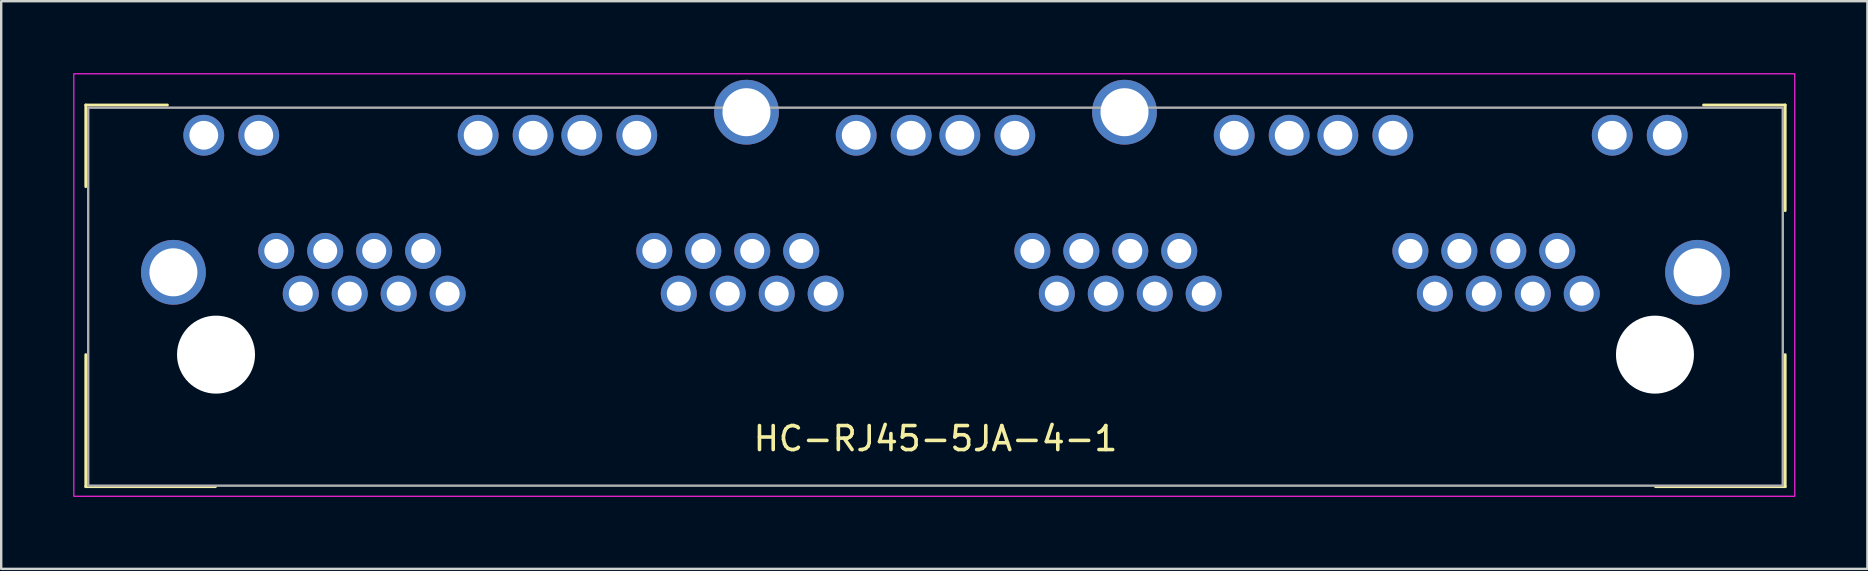
<source format=kicad_pcb>
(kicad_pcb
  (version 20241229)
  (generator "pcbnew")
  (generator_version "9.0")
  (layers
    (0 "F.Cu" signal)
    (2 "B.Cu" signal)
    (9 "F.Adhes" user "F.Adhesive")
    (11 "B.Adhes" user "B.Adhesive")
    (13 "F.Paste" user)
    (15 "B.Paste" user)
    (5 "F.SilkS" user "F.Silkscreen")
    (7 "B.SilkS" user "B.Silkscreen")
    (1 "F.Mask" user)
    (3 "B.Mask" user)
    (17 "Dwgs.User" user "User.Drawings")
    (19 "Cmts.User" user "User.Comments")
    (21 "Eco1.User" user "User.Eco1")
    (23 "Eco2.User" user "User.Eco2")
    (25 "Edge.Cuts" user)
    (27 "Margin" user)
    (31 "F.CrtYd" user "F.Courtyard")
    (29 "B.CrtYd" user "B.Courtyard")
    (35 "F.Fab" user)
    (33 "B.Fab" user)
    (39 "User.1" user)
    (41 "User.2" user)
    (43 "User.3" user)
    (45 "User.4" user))
  (footprint "HC-RJ45-5JA-4-1"
    (layer "F.Cu")
    (at 35.925 11.725)
    (property "Reference" "HC-RJ45-5JA-4-1" (at 0 3.5 0) (unlocked yes) (layer "F.SilkS") (effects (font (size 1 1) (thickness 0.15))))
    (attr through_hole)
    (fp_line (start -35.4 -10.4) (end -35.4 -7) (stroke (width 0.12) (type default)) (layer "F.SilkS"))
    (fp_line (start -35.4 5.5) (end -35.4 0) (stroke (width 0.12) (type default)) (layer "F.SilkS"))
    (fp_line (start -32 -10.4) (end -35.4 -10.4) (stroke (width 0.12) (type default)) (layer "F.SilkS"))
    (fp_line (start -30 5.5) (end -35.4 5.5) (stroke (width 0.12) (type default)) (layer "F.SilkS"))
    (fp_line (start 30 5.5) (end 35.4 5.5) (stroke (width 0.12) (type default)) (layer "F.SilkS"))
    (fp_line (start 32 -10.4) (end 35.4 -10.4) (stroke (width 0.12) (type default)) (layer "F.SilkS"))
    (fp_line (start 35.4 -10.4) (end 35.4 -6) (stroke (width 0.12) (type default)) (layer "F.SilkS"))
    (fp_line (start 35.4 5.5) (end 35.4 0) (stroke (width 0.12) (type default)) (layer "F.SilkS"))
    (fp_rect (start -35.9 -11.7) (end 35.8 5.9) (stroke (width 0.05) (type default)) (fill no) (layer "F.CrtYd"))
    (fp_rect (start -35.3 5.46) (end 35.3 -10.29) (stroke (width 0.1) (type default)) (fill no) (layer "F.Fab"))
    (pad "" np_thru_hole circle (at -29.975 0) (size 3.25 3.25) (drill 3.25) (layers "*.Cu" "*.Mask"))
    (pad "" np_thru_hole circle (at 29.975 0) (size 3.25 3.25) (drill 3.25) (layers "*.Cu" "*.Mask"))
    (pad "1" thru_hole circle (at 26.925 -2.54) (size 1.5 1.5) (drill 1) (layers "*.Cu" "*.Mask"))
    (pad "2" thru_hole circle (at 25.905 -4.32) (size 1.5 1.5) (drill 1) (layers "*.Cu" "*.Mask"))
    (pad "3" thru_hole circle (at 24.885 -2.54) (size 1.5 1.5) (drill 1) (layers "*.Cu" "*.Mask"))
    (pad "4" thru_hole circle (at 23.865 -4.32) (size 1.5 1.5) (drill 1) (layers "*.Cu" "*.Mask"))
    (pad "5" thru_hole circle (at 22.845 -2.54) (size 1.5 1.5) (drill 1) (layers "*.Cu" "*.Mask"))
    (pad "6" thru_hole circle (at 21.825 -4.32) (size 1.5 1.5) (drill 1) (layers "*.Cu" "*.Mask"))
    (pad "7" thru_hole circle (at 20.805 -2.54) (size 1.5 1.5) (drill 1) (layers "*.Cu" "*.Mask"))
    (pad "8" thru_hole circle (at 19.785 -4.32) (size 1.5 1.5) (drill 1) (layers "*.Cu" "*.Mask"))
    (pad "9" thru_hole circle (at 19.055 -9.14) (size 1.7 1.7) (drill 1.2) (layers "*.Cu" "*.Mask"))
    (pad "10" thru_hole circle (at 16.765 -9.14) (size 1.7 1.7) (drill 1.2) (layers "*.Cu" "*.Mask"))
    (pad "11" thru_hole circle (at 30.485 -9.14) (size 1.7 1.7) (drill 1.2) (layers "*.Cu" "*.Mask"))
    (pad "12" thru_hole circle (at 28.195 -9.14) (size 1.7 1.7) (drill 1.2) (layers "*.Cu" "*.Mask"))
    (pad "13" thru_hole circle (at 11.175 -2.54) (size 1.5 1.5) (drill 1) (layers "*.Cu" "*.Mask"))
    (pad "14" thru_hole circle (at 10.155 -4.32) (size 1.5 1.5) (drill 1) (layers "*.Cu" "*.Mask"))
    (pad "15" thru_hole circle (at 9.135 -2.54) (size 1.5 1.5) (drill 1) (layers "*.Cu" "*.Mask"))
    (pad "16" thru_hole circle (at 8.115 -4.32) (size 1.5 1.5) (drill 1) (layers "*.Cu" "*.Mask"))
    (pad "17" thru_hole circle (at 7.095 -2.54) (size 1.5 1.5) (drill 1) (layers "*.Cu" "*.Mask"))
    (pad "18" thru_hole circle (at 6.075 -4.32) (size 1.5 1.5) (drill 1) (layers "*.Cu" "*.Mask"))
    (pad "19" thru_hole circle (at 5.055 -2.54) (size 1.5 1.5) (drill 1) (layers "*.Cu" "*.Mask"))
    (pad "20" thru_hole circle (at 4.035 -4.32) (size 1.5 1.5) (drill 1) (layers "*.Cu" "*.Mask"))
    (pad "21" thru_hole circle (at 3.305 -9.14) (size 1.7 1.7) (drill 1.2) (layers "*.Cu" "*.Mask"))
    (pad "22" thru_hole circle (at 1.015 -9.14) (size 1.7 1.7) (drill 1.2) (layers "*.Cu" "*.Mask"))
    (pad "23" thru_hole circle (at 14.735 -9.14) (size 1.7 1.7) (drill 1.2) (layers "*.Cu" "*.Mask"))
    (pad "24" thru_hole circle (at 12.445 -9.14) (size 1.7 1.7) (drill 1.2) (layers "*.Cu" "*.Mask"))
    (pad "25" thru_hole circle (at -4.575 -2.54) (size 1.5 1.5) (drill 1) (layers "*.Cu" "*.Mask"))
    (pad "26" thru_hole circle (at -5.595 -4.32) (size 1.5 1.5) (drill 1) (layers "*.Cu" "*.Mask"))
    (pad "27" thru_hole circle (at -6.615 -2.54) (size 1.5 1.5) (drill 1) (layers "*.Cu" "*.Mask"))
    (pad "28" thru_hole circle (at -7.635 -4.32) (size 1.5 1.5) (drill 1) (layers "*.Cu" "*.Mask"))
    (pad "29" thru_hole circle (at -8.655 -2.54) (size 1.5 1.5) (drill 1) (layers "*.Cu" "*.Mask"))
    (pad "30" thru_hole circle (at -9.675 -4.32) (size 1.5 1.5) (drill 1) (layers "*.Cu" "*.Mask"))
    (pad "31" thru_hole circle (at -10.695 -2.54) (size 1.5 1.5) (drill 1) (layers "*.Cu" "*.Mask"))
    (pad "32" thru_hole circle (at -11.715 -4.32) (size 1.5 1.5) (drill 1) (layers "*.Cu" "*.Mask"))
    (pad "33" thru_hole circle (at -12.445 -9.14) (size 1.7 1.7) (drill 1.2) (layers "*.Cu" "*.Mask"))
    (pad "34" thru_hole circle (at -14.735 -9.14) (size 1.7 1.7) (drill 1.2) (layers "*.Cu" "*.Mask"))
    (pad "35" thru_hole circle (at -1.015 -9.14) (size 1.7 1.7) (drill 1.2) (layers "*.Cu" "*.Mask"))
    (pad "36" thru_hole circle (at -3.305 -9.14) (size 1.7 1.7) (drill 1.2) (layers "*.Cu" "*.Mask"))
    (pad "37" thru_hole circle (at -20.325 -2.54) (size 1.5 1.5) (drill 1) (layers "*.Cu" "*.Mask"))
    (pad "38" thru_hole circle (at -21.345 -4.32) (size 1.5 1.5) (drill 1) (layers "*.Cu" "*.Mask"))
    (pad "39" thru_hole circle (at -22.365 -2.54) (size 1.5 1.5) (drill 1) (layers "*.Cu" "*.Mask"))
    (pad "40" thru_hole circle (at -23.385 -4.32) (size 1.5 1.5) (drill 1) (layers "*.Cu" "*.Mask"))
    (pad "41" thru_hole circle (at -24.405 -2.54) (size 1.5 1.5) (drill 1) (layers "*.Cu" "*.Mask"))
    (pad "42" thru_hole circle (at -25.425 -4.32) (size 1.5 1.5) (drill 1) (layers "*.Cu" "*.Mask"))
    (pad "43" thru_hole circle (at -26.445 -2.54) (size 1.5 1.5) (drill 1) (layers "*.Cu" "*.Mask"))
    (pad "44" thru_hole circle (at -27.465 -4.32) (size 1.5 1.5) (drill 1) (layers "*.Cu" "*.Mask"))
    (pad "45" thru_hole circle (at -28.195 -9.14) (size 1.7 1.7) (drill 1.2) (layers "*.Cu" "*.Mask"))
    (pad "46" thru_hole circle (at -30.485 -9.14) (size 1.7 1.7) (drill 1.2) (layers "*.Cu" "*.Mask"))
    (pad "47" thru_hole circle (at -16.765 -9.14) (size 1.7 1.7) (drill 1.2) (layers "*.Cu" "*.Mask"))
    (pad "48" thru_hole circle (at -19.055 -9.14) (size 1.7 1.7) (drill 1.2) (layers "*.Cu" "*.Mask"))
    (pad "SH" thru_hole circle (at -31.75 -3.43) (size 2.7 2.7) (drill 2) (layers "*.Cu" "*.Mask"))
    (pad "SH" thru_hole circle (at -7.875 -10.1) (size 2.7 2.7) (drill 2) (layers "*.Cu" "*.Mask"))
    (pad "SH" thru_hole circle (at 7.875 -10.1) (size 2.7 2.7) (drill 2) (layers "*.Cu" "*.Mask"))
    (pad "SH" thru_hole circle (at 31.75 -3.43) (size 2.7 2.7) (drill 2) (layers "*.Cu" "*.Mask")))
  (gr_rect
    (start -3 -3)
    (end 74.75 20.65)
    (stroke (width 0.1) (type default))
    (fill no)
    (layer "Edge.Cuts")))
</source>
